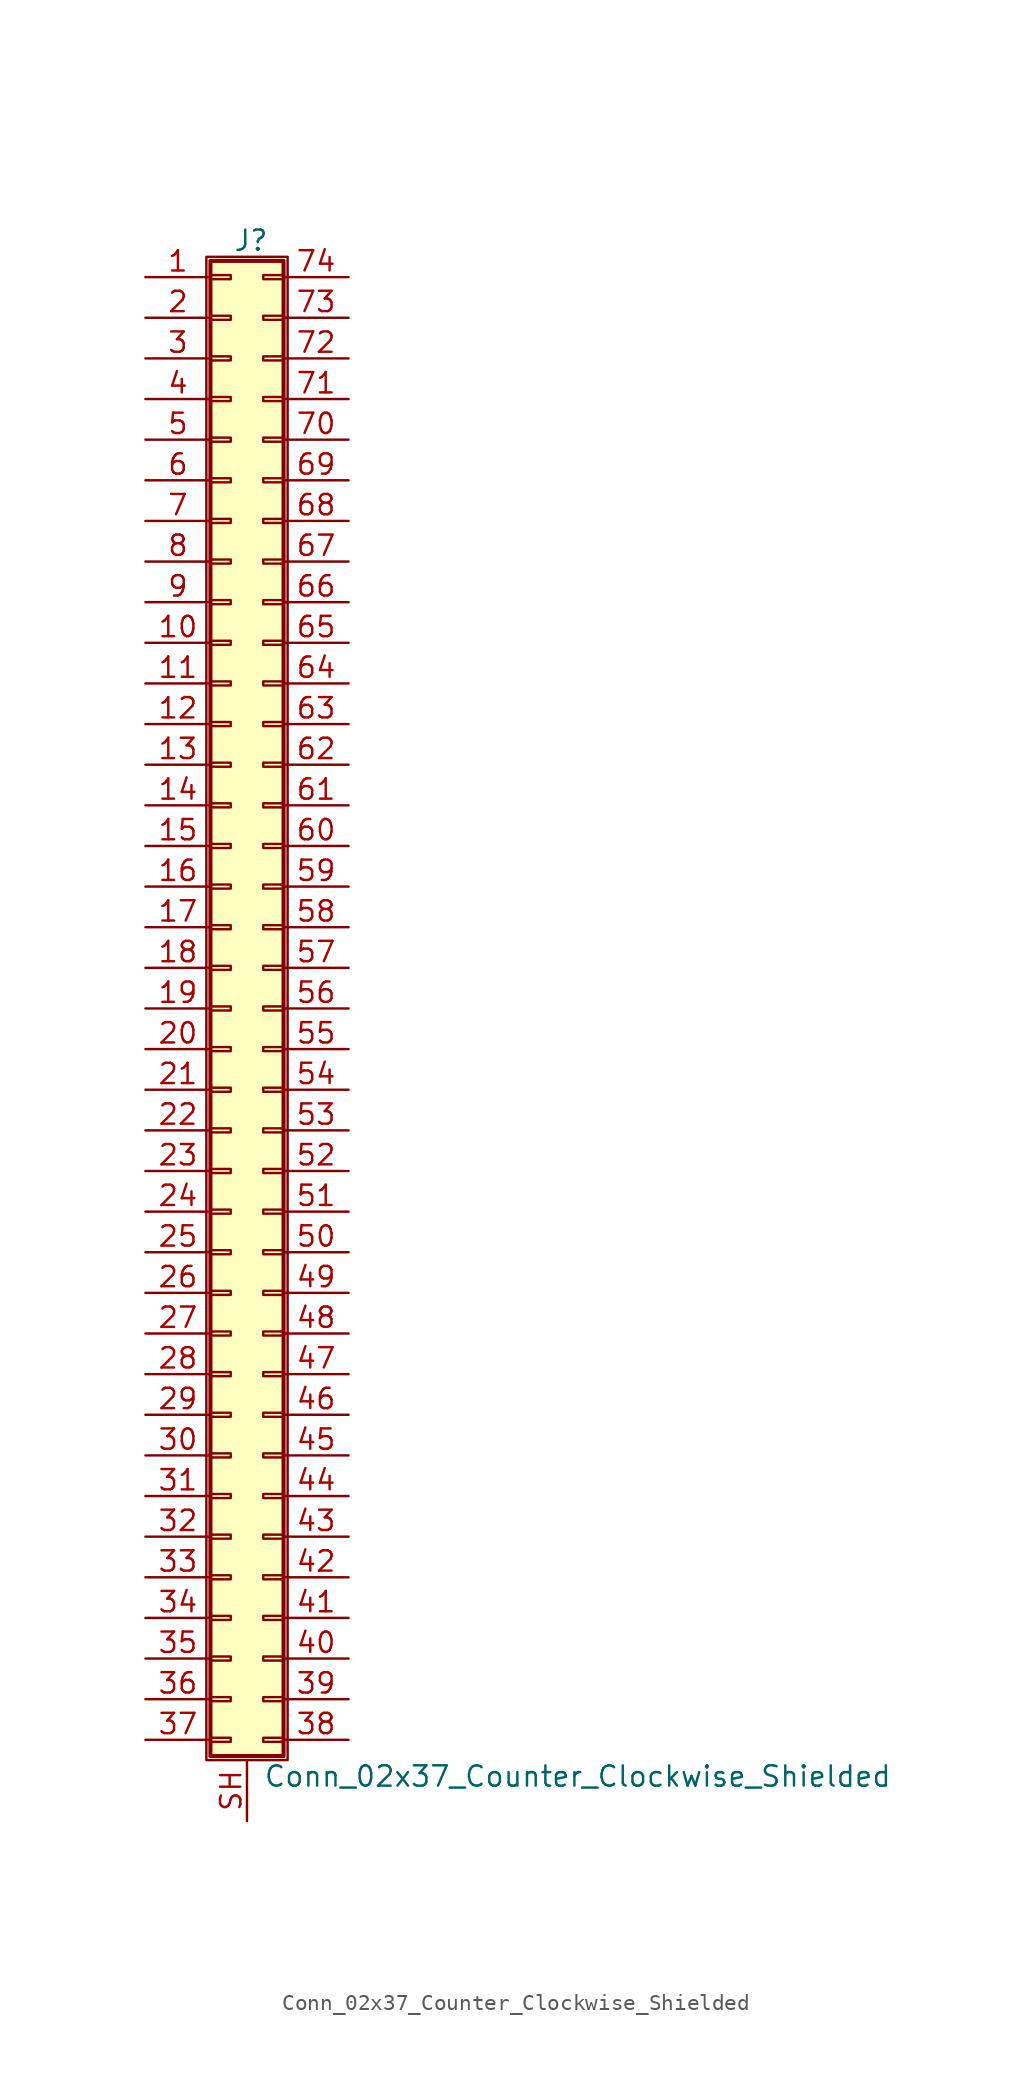
<source format=kicad_sym>
(kicad_symbol_lib
  (version 20220914)
  (generator kicad_symbol_editor)
  (symbol "Conn_02x37_Counter_Clockwise_Shielded"
    (pin_names
      (offset 1.016) hide)
    (property "Reference" "J"
      (at 1.524 48.006 0)
      (effects (font (size 1.27 1.27))))
    (property "Value" "Conn_02x37_Counter_Clockwise_Shielded"
      (at 2.286 -48.006 0)
      (effects (font (size 1.27 1.27)) (justify left)))
    (symbol "Conn_02x37_Counter_Clockwise_Shielded_1_1"
      (rectangle (start -1.27 46.99) (end 3.81 -46.99) (stroke (width 0.152) (type default)) (fill (type none)))
      (rectangle (start -1.016 -45.593) (end 0.254 -45.847) (stroke (width 0.152) (type default)) (fill (type none)))
      (rectangle (start -1.016 -43.053) (end 0.254 -43.307) (stroke (width 0.152) (type default)) (fill (type none)))
      (rectangle (start -1.016 -40.513) (end 0.254 -40.767) (stroke (width 0.152) (type default)) (fill (type none)))
      (rectangle (start -1.016 -37.973) (end 0.254 -38.227) (stroke (width 0.152) (type default)) (fill (type none)))
      (rectangle (start -1.016 -35.433) (end 0.254 -35.687) (stroke (width 0.152) (type default)) (fill (type none)))
      (rectangle (start -1.016 -32.893) (end 0.254 -33.147) (stroke (width 0.152) (type default)) (fill (type none)))
      (rectangle (start -1.016 -30.353) (end 0.254 -30.607) (stroke (width 0.152) (type default)) (fill (type none)))
      (rectangle (start -1.016 -27.813) (end 0.254 -28.067) (stroke (width 0.152) (type default)) (fill (type none)))
      (rectangle (start -1.016 -25.273) (end 0.254 -25.527) (stroke (width 0.152) (type default)) (fill (type none)))
      (rectangle (start -1.016 -22.733) (end 0.254 -22.987) (stroke (width 0.152) (type default)) (fill (type none)))
      (rectangle (start -1.016 -20.193) (end 0.254 -20.447) (stroke (width 0.152) (type default)) (fill (type none)))
      (rectangle (start -1.016 -17.653) (end 0.254 -17.907) (stroke (width 0.152) (type default)) (fill (type none)))
      (rectangle (start -1.016 -15.113) (end 0.254 -15.367) (stroke (width 0.152) (type default)) (fill (type none)))
      (rectangle (start -1.016 -12.573) (end 0.254 -12.827) (stroke (width 0.152) (type default)) (fill (type none)))
      (rectangle (start -1.016 -10.033) (end 0.254 -10.287) (stroke (width 0.152) (type default)) (fill (type none)))
      (rectangle (start -1.016 -7.493) (end 0.254 -7.747) (stroke (width 0.152) (type default)) (fill (type none)))
      (rectangle (start -1.016 -4.953) (end 0.254 -5.207) (stroke (width 0.152) (type default)) (fill (type none)))
      (rectangle (start -1.016 -2.413) (end 0.254 -2.667) (stroke (width 0.152) (type default)) (fill (type none)))
      (rectangle (start -1.016 0.127) (end 0.254 -0.127) (stroke (width 0.152) (type default)) (fill (type none)))
      (rectangle (start -1.016 2.667) (end 0.254 2.413) (stroke (width 0.152) (type default)) (fill (type none)))
      (rectangle (start -1.016 5.207) (end 0.254 4.953) (stroke (width 0.152) (type default)) (fill (type none)))
      (rectangle (start -1.016 7.747) (end 0.254 7.493) (stroke (width 0.152) (type default)) (fill (type none)))
      (rectangle (start -1.016 10.287) (end 0.254 10.033) (stroke (width 0.152) (type default)) (fill (type none)))
      (rectangle (start -1.016 12.827) (end 0.254 12.573) (stroke (width 0.152) (type default)) (fill (type none)))
      (rectangle (start -1.016 15.367) (end 0.254 15.113) (stroke (width 0.152) (type default)) (fill (type none)))
      (rectangle (start -1.016 17.907) (end 0.254 17.653) (stroke (width 0.152) (type default)) (fill (type none)))
      (rectangle (start -1.016 20.447) (end 0.254 20.193) (stroke (width 0.152) (type default)) (fill (type none)))
      (rectangle (start -1.016 22.987) (end 0.254 22.733) (stroke (width 0.152) (type default)) (fill (type none)))
      (rectangle (start -1.016 25.527) (end 0.254 25.273) (stroke (width 0.152) (type default)) (fill (type none)))
      (rectangle (start -1.016 28.067) (end 0.254 27.813) (stroke (width 0.152) (type default)) (fill (type none)))
      (rectangle (start -1.016 30.607) (end 0.254 30.353) (stroke (width 0.152) (type default)) (fill (type none)))
      (rectangle (start -1.016 33.147) (end 0.254 32.893) (stroke (width 0.152) (type default)) (fill (type none)))
      (rectangle (start -1.016 35.687) (end 0.254 35.433) (stroke (width 0.152) (type default)) (fill (type none)))
      (rectangle (start -1.016 38.227) (end 0.254 37.973) (stroke (width 0.152) (type default)) (fill (type none)))
      (rectangle (start -1.016 40.767) (end 0.254 40.513) (stroke (width 0.152) (type default)) (fill (type none)))
      (rectangle (start -1.016 43.307) (end 0.254 43.053) (stroke (width 0.152) (type default)) (fill (type none)))
      (rectangle (start -1.016 45.847) (end 0.254 45.593) (stroke (width 0.152) (type default)) (fill (type none)))
      (rectangle (start -1.016 46.736) (end 3.556 -46.736) (stroke (width 0.254) (type default)) (fill (type background)))
      (rectangle (start 3.556 -45.593) (end 2.286 -45.847) (stroke (width 0.152) (type default)) (fill (type none)))
      (rectangle (start 3.556 -43.053) (end 2.286 -43.307) (stroke (width 0.152) (type default)) (fill (type none)))
      (rectangle (start 3.556 -40.513) (end 2.286 -40.767) (stroke (width 0.152) (type default)) (fill (type none)))
      (rectangle (start 3.556 -37.973) (end 2.286 -38.227) (stroke (width 0.152) (type default)) (fill (type none)))
      (rectangle (start 3.556 -35.433) (end 2.286 -35.687) (stroke (width 0.152) (type default)) (fill (type none)))
      (rectangle (start 3.556 -32.893) (end 2.286 -33.147) (stroke (width 0.152) (type default)) (fill (type none)))
      (rectangle (start 3.556 -30.353) (end 2.286 -30.607) (stroke (width 0.152) (type default)) (fill (type none)))
      (rectangle (start 3.556 -27.813) (end 2.286 -28.067) (stroke (width 0.152) (type default)) (fill (type none)))
      (rectangle (start 3.556 -25.273) (end 2.286 -25.527) (stroke (width 0.152) (type default)) (fill (type none)))
      (rectangle (start 3.556 -22.733) (end 2.286 -22.987) (stroke (width 0.152) (type default)) (fill (type none)))
      (rectangle (start 3.556 -20.193) (end 2.286 -20.447) (stroke (width 0.152) (type default)) (fill (type none)))
      (rectangle (start 3.556 -17.653) (end 2.286 -17.907) (stroke (width 0.152) (type default)) (fill (type none)))
      (rectangle (start 3.556 -15.113) (end 2.286 -15.367) (stroke (width 0.152) (type default)) (fill (type none)))
      (rectangle (start 3.556 -12.573) (end 2.286 -12.827) (stroke (width 0.152) (type default)) (fill (type none)))
      (rectangle (start 3.556 -10.033) (end 2.286 -10.287) (stroke (width 0.152) (type default)) (fill (type none)))
      (rectangle (start 3.556 -7.493) (end 2.286 -7.747) (stroke (width 0.152) (type default)) (fill (type none)))
      (rectangle (start 3.556 -4.953) (end 2.286 -5.207) (stroke (width 0.152) (type default)) (fill (type none)))
      (rectangle (start 3.556 -2.413) (end 2.286 -2.667) (stroke (width 0.152) (type default)) (fill (type none)))
      (rectangle (start 3.556 0.127) (end 2.286 -0.127) (stroke (width 0.152) (type default)) (fill (type none)))
      (rectangle (start 3.556 2.667) (end 2.286 2.413) (stroke (width 0.152) (type default)) (fill (type none)))
      (rectangle (start 3.556 5.207) (end 2.286 4.953) (stroke (width 0.152) (type default)) (fill (type none)))
      (rectangle (start 3.556 7.747) (end 2.286 7.493) (stroke (width 0.152) (type default)) (fill (type none)))
      (rectangle (start 3.556 10.287) (end 2.286 10.033) (stroke (width 0.152) (type default)) (fill (type none)))
      (rectangle (start 3.556 12.827) (end 2.286 12.573) (stroke (width 0.152) (type default)) (fill (type none)))
      (rectangle (start 3.556 15.367) (end 2.286 15.113) (stroke (width 0.152) (type default)) (fill (type none)))
      (rectangle (start 3.556 17.907) (end 2.286 17.653) (stroke (width 0.152) (type default)) (fill (type none)))
      (rectangle (start 3.556 20.447) (end 2.286 20.193) (stroke (width 0.152) (type default)) (fill (type none)))
      (rectangle (start 3.556 22.987) (end 2.286 22.733) (stroke (width 0.152) (type default)) (fill (type none)))
      (rectangle (start 3.556 25.527) (end 2.286 25.273) (stroke (width 0.152) (type default)) (fill (type none)))
      (rectangle (start 3.556 28.067) (end 2.286 27.813) (stroke (width 0.152) (type default)) (fill (type none)))
      (rectangle (start 3.556 30.607) (end 2.286 30.353) (stroke (width 0.152) (type default)) (fill (type none)))
      (rectangle (start 3.556 33.147) (end 2.286 32.893) (stroke (width 0.152) (type default)) (fill (type none)))
      (rectangle (start 3.556 35.687) (end 2.286 35.433) (stroke (width 0.152) (type default)) (fill (type none)))
      (rectangle (start 3.556 38.227) (end 2.286 37.973) (stroke (width 0.152) (type default)) (fill (type none)))
      (rectangle (start 3.556 40.767) (end 2.286 40.513) (stroke (width 0.152) (type default)) (fill (type none)))
      (rectangle (start 3.556 43.307) (end 2.286 43.053) (stroke (width 0.152) (type default)) (fill (type none)))
      (rectangle (start 3.556 45.847) (end 2.286 45.593) (stroke (width 0.152) (type default)) (fill (type none)))
      (pin passive line (at -5.08 45.72 0) (length 4.064) (name "Pin_1" (effects (font (size 1.27 1.27)))) (number "1" (effects (font (size 1.27 1.27)))))
      (pin passive line (at -5.08 22.86 0) (length 4.064) (name "Pin_10" (effects (font (size 1.27 1.27)))) (number "10" (effects (font (size 1.27 1.27)))))
      (pin passive line (at -5.08 20.32 0) (length 4.064) (name "Pin_11" (effects (font (size 1.27 1.27)))) (number "11" (effects (font (size 1.27 1.27)))))
      (pin passive line (at -5.08 17.78 0) (length 4.064) (name "Pin_12" (effects (font (size 1.27 1.27)))) (number "12" (effects (font (size 1.27 1.27)))))
      (pin passive line (at -5.08 15.24 0) (length 4.064) (name "Pin_13" (effects (font (size 1.27 1.27)))) (number "13" (effects (font (size 1.27 1.27)))))
      (pin passive line (at -5.08 12.7 0) (length 4.064) (name "Pin_14" (effects (font (size 1.27 1.27)))) (number "14" (effects (font (size 1.27 1.27)))))
      (pin passive line (at -5.08 10.16 0) (length 4.064) (name "Pin_15" (effects (font (size 1.27 1.27)))) (number "15" (effects (font (size 1.27 1.27)))))
      (pin passive line (at -5.08 7.62 0) (length 4.064) (name "Pin_16" (effects (font (size 1.27 1.27)))) (number "16" (effects (font (size 1.27 1.27)))))
      (pin passive line (at -5.08 5.08 0) (length 4.064) (name "Pin_17" (effects (font (size 1.27 1.27)))) (number "17" (effects (font (size 1.27 1.27)))))
      (pin passive line (at -5.08 2.54 0) (length 4.064) (name "Pin_18" (effects (font (size 1.27 1.27)))) (number "18" (effects (font (size 1.27 1.27)))))
      (pin passive line (at -5.08 0 0) (length 4.064) (name "Pin_19" (effects (font (size 1.27 1.27)))) (number "19" (effects (font (size 1.27 1.27)))))
      (pin passive line (at -5.08 43.18 0) (length 4.064) (name "Pin_2" (effects (font (size 1.27 1.27)))) (number "2" (effects (font (size 1.27 1.27)))))
      (pin passive line (at -5.08 -2.54 0) (length 4.064) (name "Pin_20" (effects (font (size 1.27 1.27)))) (number "20" (effects (font (size 1.27 1.27)))))
      (pin passive line (at -5.08 -5.08 0) (length 4.064) (name "Pin_21" (effects (font (size 1.27 1.27)))) (number "21" (effects (font (size 1.27 1.27)))))
      (pin passive line (at -5.08 -7.62 0) (length 4.064) (name "Pin_22" (effects (font (size 1.27 1.27)))) (number "22" (effects (font (size 1.27 1.27)))))
      (pin passive line (at -5.08 -10.16 0) (length 4.064) (name "Pin_23" (effects (font (size 1.27 1.27)))) (number "23" (effects (font (size 1.27 1.27)))))
      (pin passive line (at -5.08 -12.7 0) (length 4.064) (name "Pin_24" (effects (font (size 1.27 1.27)))) (number "24" (effects (font (size 1.27 1.27)))))
      (pin passive line (at -5.08 -15.24 0) (length 4.064) (name "Pin_25" (effects (font (size 1.27 1.27)))) (number "25" (effects (font (size 1.27 1.27)))))
      (pin passive line (at -5.08 -17.78 0) (length 4.064) (name "Pin_26" (effects (font (size 1.27 1.27)))) (number "26" (effects (font (size 1.27 1.27)))))
      (pin passive line (at -5.08 -20.32 0) (length 4.064) (name "Pin_27" (effects (font (size 1.27 1.27)))) (number "27" (effects (font (size 1.27 1.27)))))
      (pin passive line (at -5.08 -22.86 0) (length 4.064) (name "Pin_28" (effects (font (size 1.27 1.27)))) (number "28" (effects (font (size 1.27 1.27)))))
      (pin passive line (at -5.08 -25.4 0) (length 4.064) (name "Pin_29" (effects (font (size 1.27 1.27)))) (number "29" (effects (font (size 1.27 1.27)))))
      (pin passive line (at -5.08 40.64 0) (length 4.064) (name "Pin_3" (effects (font (size 1.27 1.27)))) (number "3" (effects (font (size 1.27 1.27)))))
      (pin passive line (at -5.08 -27.94 0) (length 4.064) (name "Pin_30" (effects (font (size 1.27 1.27)))) (number "30" (effects (font (size 1.27 1.27)))))
      (pin passive line (at -5.08 -30.48 0) (length 4.064) (name "Pin_31" (effects (font (size 1.27 1.27)))) (number "31" (effects (font (size 1.27 1.27)))))
      (pin passive line (at -5.08 -33.02 0) (length 4.064) (name "Pin_32" (effects (font (size 1.27 1.27)))) (number "32" (effects (font (size 1.27 1.27)))))
      (pin passive line (at -5.08 -35.56 0) (length 4.064) (name "Pin_33" (effects (font (size 1.27 1.27)))) (number "33" (effects (font (size 1.27 1.27)))))
      (pin passive line (at -5.08 -38.1 0) (length 4.064) (name "Pin_34" (effects (font (size 1.27 1.27)))) (number "34" (effects (font (size 1.27 1.27)))))
      (pin passive line (at -5.08 -40.64 0) (length 4.064) (name "Pin_35" (effects (font (size 1.27 1.27)))) (number "35" (effects (font (size 1.27 1.27)))))
      (pin passive line (at -5.08 -43.18 0) (length 4.064) (name "Pin_36" (effects (font (size 1.27 1.27)))) (number "36" (effects (font (size 1.27 1.27)))))
      (pin passive line (at -5.08 -45.72 0) (length 4.064) (name "Pin_37" (effects (font (size 1.27 1.27)))) (number "37" (effects (font (size 1.27 1.27)))))
      (pin passive line (at 7.62 -45.72 180) (length 4.064) (name "Pin_38" (effects (font (size 1.27 1.27)))) (number "38" (effects (font (size 1.27 1.27)))))
      (pin passive line (at 7.62 -43.18 180) (length 4.064) (name "Pin_39" (effects (font (size 1.27 1.27)))) (number "39" (effects (font (size 1.27 1.27)))))
      (pin passive line (at -5.08 38.1 0) (length 4.064) (name "Pin_4" (effects (font (size 1.27 1.27)))) (number "4" (effects (font (size 1.27 1.27)))))
      (pin passive line (at 7.62 -40.64 180) (length 4.064) (name "Pin_40" (effects (font (size 1.27 1.27)))) (number "40" (effects (font (size 1.27 1.27)))))
      (pin passive line (at 7.62 -38.1 180) (length 4.064) (name "Pin_41" (effects (font (size 1.27 1.27)))) (number "41" (effects (font (size 1.27 1.27)))))
      (pin passive line (at 7.62 -35.56 180) (length 4.064) (name "Pin_42" (effects (font (size 1.27 1.27)))) (number "42" (effects (font (size 1.27 1.27)))))
      (pin passive line (at 7.62 -33.02 180) (length 4.064) (name "Pin_43" (effects (font (size 1.27 1.27)))) (number "43" (effects (font (size 1.27 1.27)))))
      (pin passive line (at 7.62 -30.48 180) (length 4.064) (name "Pin_44" (effects (font (size 1.27 1.27)))) (number "44" (effects (font (size 1.27 1.27)))))
      (pin passive line (at 7.62 -27.94 180) (length 4.064) (name "Pin_45" (effects (font (size 1.27 1.27)))) (number "45" (effects (font (size 1.27 1.27)))))
      (pin passive line (at 7.62 -25.4 180) (length 4.064) (name "Pin_46" (effects (font (size 1.27 1.27)))) (number "46" (effects (font (size 1.27 1.27)))))
      (pin passive line (at 7.62 -22.86 180) (length 4.064) (name "Pin_47" (effects (font (size 1.27 1.27)))) (number "47" (effects (font (size 1.27 1.27)))))
      (pin passive line (at 7.62 -20.32 180) (length 4.064) (name "Pin_48" (effects (font (size 1.27 1.27)))) (number "48" (effects (font (size 1.27 1.27)))))
      (pin passive line (at 7.62 -17.78 180) (length 4.064) (name "Pin_49" (effects (font (size 1.27 1.27)))) (number "49" (effects (font (size 1.27 1.27)))))
      (pin passive line (at -5.08 35.56 0) (length 4.064) (name "Pin_5" (effects (font (size 1.27 1.27)))) (number "5" (effects (font (size 1.27 1.27)))))
      (pin passive line (at 7.62 -15.24 180) (length 4.064) (name "Pin_50" (effects (font (size 1.27 1.27)))) (number "50" (effects (font (size 1.27 1.27)))))
      (pin passive line (at 7.62 -12.7 180) (length 4.064) (name "Pin_51" (effects (font (size 1.27 1.27)))) (number "51" (effects (font (size 1.27 1.27)))))
      (pin passive line (at 7.62 -10.16 180) (length 4.064) (name "Pin_52" (effects (font (size 1.27 1.27)))) (number "52" (effects (font (size 1.27 1.27)))))
      (pin passive line (at 7.62 -7.62 180) (length 4.064) (name "Pin_53" (effects (font (size 1.27 1.27)))) (number "53" (effects (font (size 1.27 1.27)))))
      (pin passive line (at 7.62 -5.08 180) (length 4.064) (name "Pin_54" (effects (font (size 1.27 1.27)))) (number "54" (effects (font (size 1.27 1.27)))))
      (pin passive line (at 7.62 -2.54 180) (length 4.064) (name "Pin_55" (effects (font (size 1.27 1.27)))) (number "55" (effects (font (size 1.27 1.27)))))
      (pin passive line (at 7.62 0 180) (length 4.064) (name "Pin_56" (effects (font (size 1.27 1.27)))) (number "56" (effects (font (size 1.27 1.27)))))
      (pin passive line (at 7.62 2.54 180) (length 4.064) (name "Pin_57" (effects (font (size 1.27 1.27)))) (number "57" (effects (font (size 1.27 1.27)))))
      (pin passive line (at 7.62 5.08 180) (length 4.064) (name "Pin_58" (effects (font (size 1.27 1.27)))) (number "58" (effects (font (size 1.27 1.27)))))
      (pin passive line (at 7.62 7.62 180) (length 4.064) (name "Pin_59" (effects (font (size 1.27 1.27)))) (number "59" (effects (font (size 1.27 1.27)))))
      (pin passive line (at -5.08 33.02 0) (length 4.064) (name "Pin_6" (effects (font (size 1.27 1.27)))) (number "6" (effects (font (size 1.27 1.27)))))
      (pin passive line (at 7.62 10.16 180) (length 4.064) (name "Pin_60" (effects (font (size 1.27 1.27)))) (number "60" (effects (font (size 1.27 1.27)))))
      (pin passive line (at 7.62 12.7 180) (length 4.064) (name "Pin_61" (effects (font (size 1.27 1.27)))) (number "61" (effects (font (size 1.27 1.27)))))
      (pin passive line (at 7.62 15.24 180) (length 4.064) (name "Pin_62" (effects (font (size 1.27 1.27)))) (number "62" (effects (font (size 1.27 1.27)))))
      (pin passive line (at 7.62 17.78 180) (length 4.064) (name "Pin_63" (effects (font (size 1.27 1.27)))) (number "63" (effects (font (size 1.27 1.27)))))
      (pin passive line (at 7.62 20.32 180) (length 4.064) (name "Pin_64" (effects (font (size 1.27 1.27)))) (number "64" (effects (font (size 1.27 1.27)))))
      (pin passive line (at 7.62 22.86 180) (length 4.064) (name "Pin_65" (effects (font (size 1.27 1.27)))) (number "65" (effects (font (size 1.27 1.27)))))
      (pin passive line (at 7.62 25.4 180) (length 4.064) (name "Pin_66" (effects (font (size 1.27 1.27)))) (number "66" (effects (font (size 1.27 1.27)))))
      (pin passive line (at 7.62 27.94 180) (length 4.064) (name "Pin_67" (effects (font (size 1.27 1.27)))) (number "67" (effects (font (size 1.27 1.27)))))
      (pin passive line (at 7.62 30.48 180) (length 4.064) (name "Pin_68" (effects (font (size 1.27 1.27)))) (number "68" (effects (font (size 1.27 1.27)))))
      (pin passive line (at 7.62 33.02 180) (length 4.064) (name "Pin_69" (effects (font (size 1.27 1.27)))) (number "69" (effects (font (size 1.27 1.27)))))
      (pin passive line (at -5.08 30.48 0) (length 4.064) (name "Pin_7" (effects (font (size 1.27 1.27)))) (number "7" (effects (font (size 1.27 1.27)))))
      (pin passive line (at 7.62 35.56 180) (length 4.064) (name "Pin_70" (effects (font (size 1.27 1.27)))) (number "70" (effects (font (size 1.27 1.27)))))
      (pin passive line (at 7.62 38.1 180) (length 4.064) (name "Pin_71" (effects (font (size 1.27 1.27)))) (number "71" (effects (font (size 1.27 1.27)))))
      (pin passive line (at 7.62 40.64 180) (length 4.064) (name "Pin_72" (effects (font (size 1.27 1.27)))) (number "72" (effects (font (size 1.27 1.27)))))
      (pin passive line (at 7.62 43.18 180) (length 4.064) (name "Pin_73" (effects (font (size 1.27 1.27)))) (number "73" (effects (font (size 1.27 1.27)))))
      (pin passive line (at 7.62 45.72 180) (length 4.064) (name "Pin_74" (effects (font (size 1.27 1.27)))) (number "74" (effects (font (size 1.27 1.27)))))
      (pin passive line (at -5.08 27.94 0) (length 4.064) (name "Pin_8" (effects (font (size 1.27 1.27)))) (number "8" (effects (font (size 1.27 1.27)))))
      (pin passive line (at -5.08 25.4 0) (length 4.064) (name "Pin_9" (effects (font (size 1.27 1.27)))) (number "9" (effects (font (size 1.27 1.27)))))
      (pin passive line (at 1.27 -50.8 90) (length 3.81) (name "Shield" (effects (font (size 1.27 1.27)))) (number "SH" (effects (font (size 1.27 1.27))))))))
</source>
